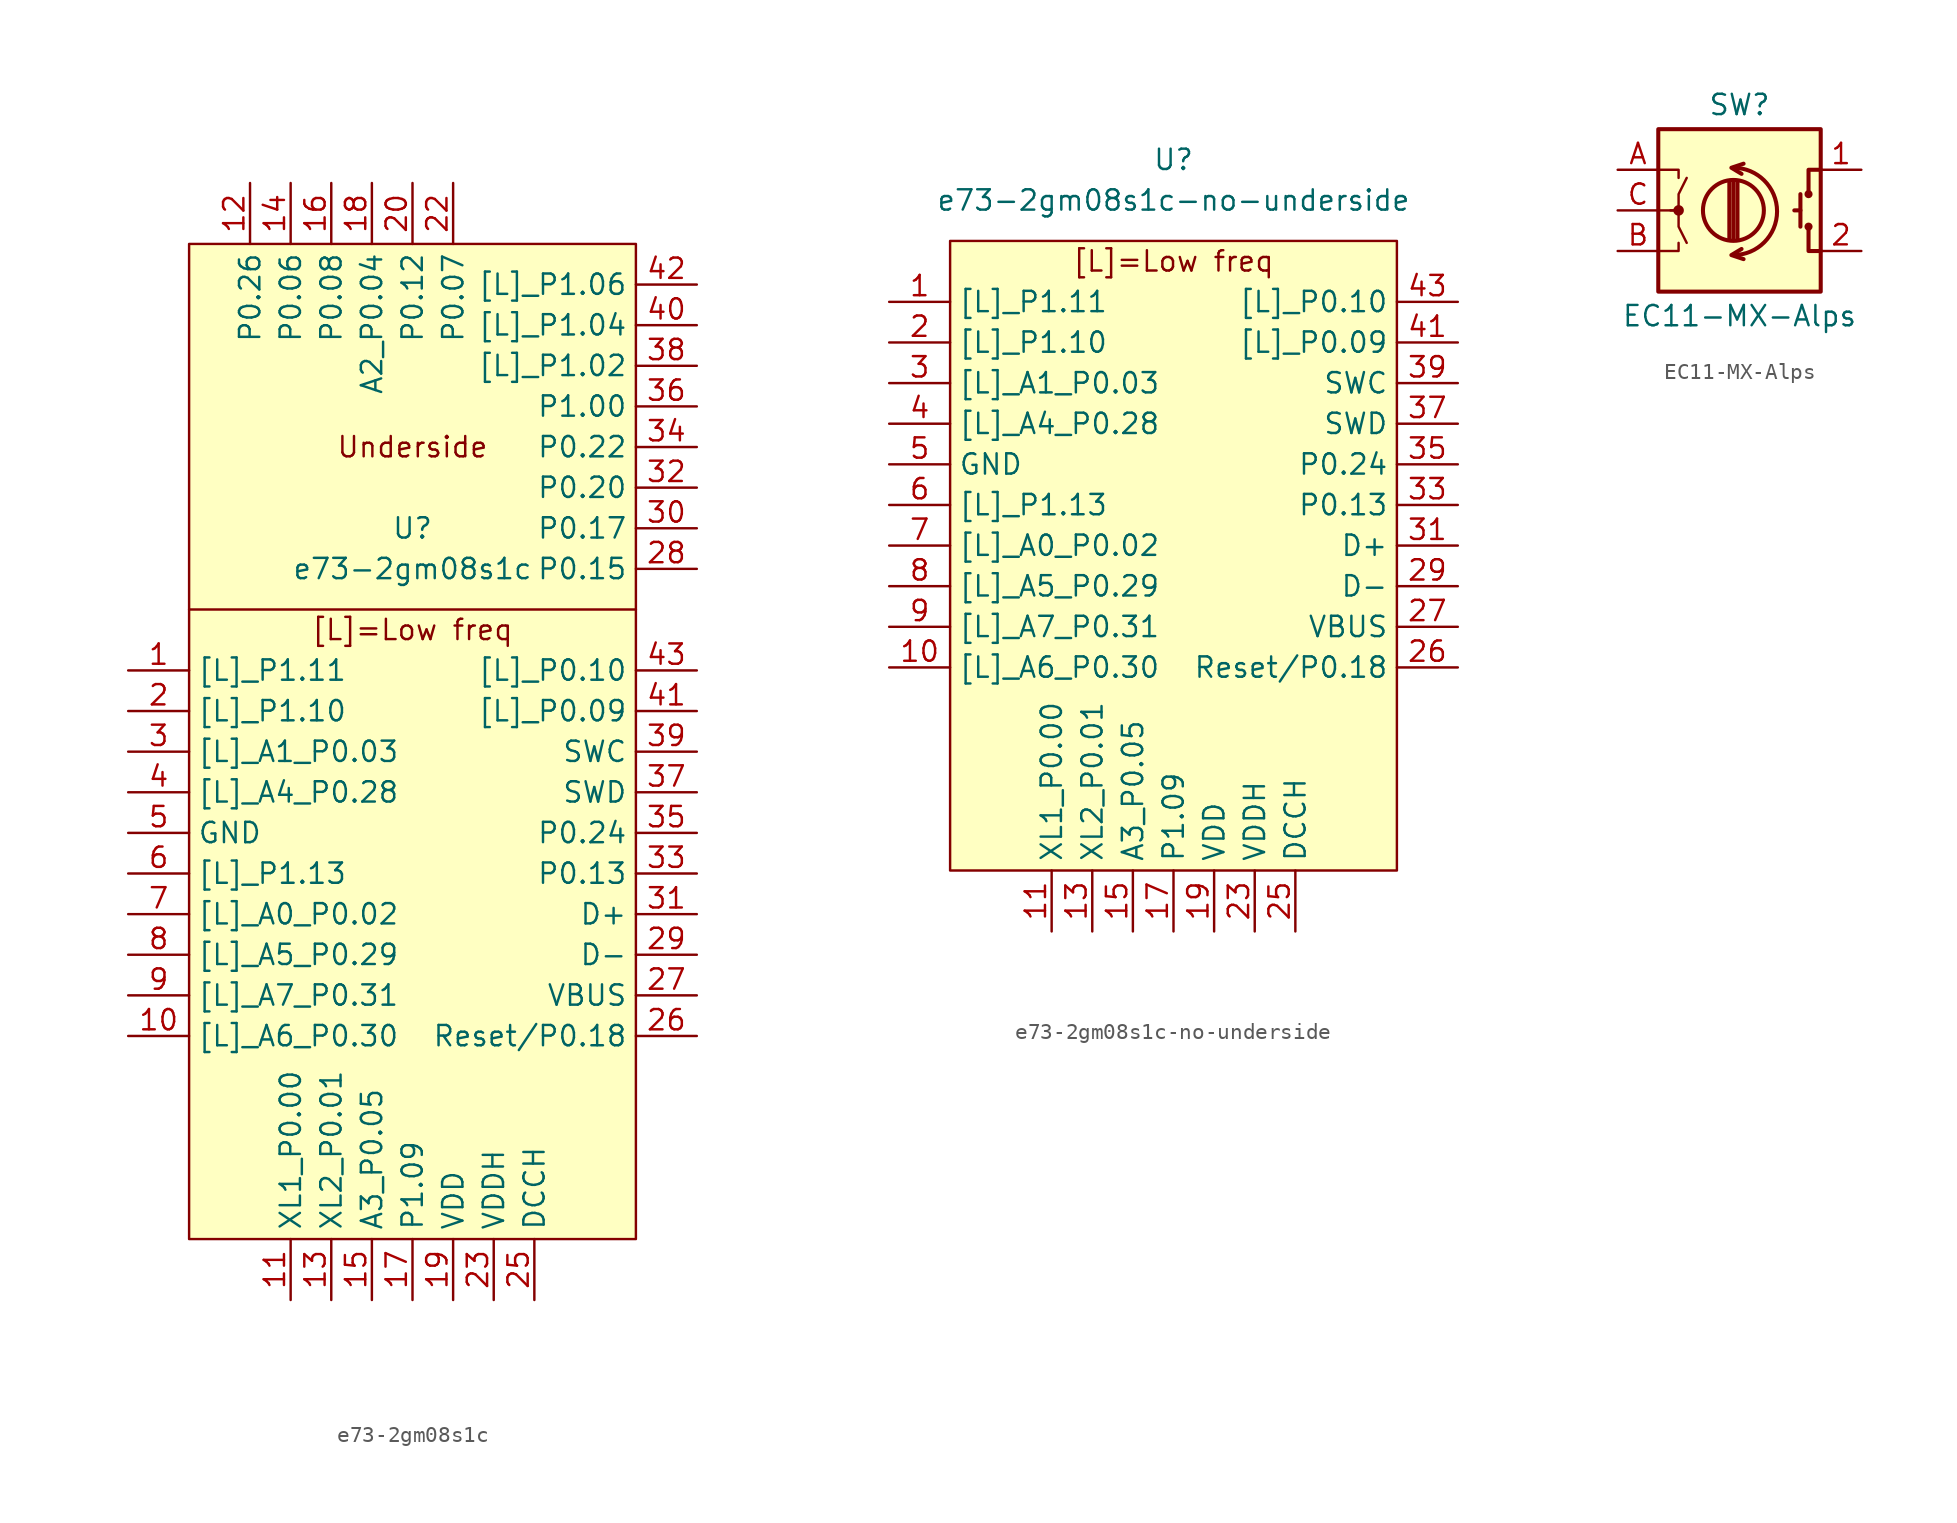
<source format=kicad_sym>
(kicad_symbol_lib
  (version 20220914)
  (generator kicad_symbol_editor)
  (symbol "e73-2gm08s1c"
    (property "Reference" "U"
      (at 0 5.08 0)
      (effects (font (size 1.27 1.27))))
    (property "Value" "e73-2gm08s1c"
      (at 0 2.54 0)
      (effects (font (size 1.27 1.27))))
    (symbol "e73-2gm08s1c_0_0"
      (text "[L]=Low freq" (at 0 -1.27 0) (effects (font (size 1.27 1.27))))
      (text "Underside" (at 0 10.16 0) (effects (font (size 1.27 1.27)))))
    (symbol "e73-2gm08s1c_0_1"
      (rectangle (start -13.97 22.86) (end 13.97 -39.37) (stroke (width 0) (type default)) (fill (type background)))
      (polyline (pts (xy -13.97 0) (xy 13.97 0)) (stroke (width 0) (type default)) (fill (type none))))
    (symbol "e73-2gm08s1c_1_1"
      (pin bidirectional line (at -17.78 -3.81 0) (length 3.81) (name "[L]_P1.11" (effects (font (size 1.27 1.27)))) (number "1" (effects (font (size 1.27 1.27)))))
      (pin bidirectional line (at -17.78 -26.67 0) (length 3.81) (name "[L]_A6_P0.30" (effects (font (size 1.27 1.27)))) (number "10" (effects (font (size 1.27 1.27)))))
      (pin input line (at -7.62 -43.18 90) (length 3.81) (name "XL1_P0.00" (effects (font (size 1.27 1.27)))) (number "11" (effects (font (size 1.27 1.27)))))
      (pin bidirectional line (at -10.16 26.67 270) (length 3.81) (name "P0.26" (effects (font (size 1.27 1.27)))) (number "12" (effects (font (size 1.27 1.27)))))
      (pin input line (at -5.08 -43.18 90) (length 3.81) (name "XL2_P0.01" (effects (font (size 1.27 1.27)))) (number "13" (effects (font (size 1.27 1.27)))))
      (pin bidirectional line (at -7.62 26.67 270) (length 3.81) (name "P0.06" (effects (font (size 1.27 1.27)))) (number "14" (effects (font (size 1.27 1.27)))))
      (pin bidirectional line (at -2.54 -43.18 90) (length 3.81) (name "A3_P0.05" (effects (font (size 1.27 1.27)))) (number "15" (effects (font (size 1.27 1.27)))))
      (pin bidirectional line (at -5.08 26.67 270) (length 3.81) (name "P0.08" (effects (font (size 1.27 1.27)))) (number "16" (effects (font (size 1.27 1.27)))))
      (pin bidirectional line (at 0 -43.18 90) (length 3.81) (name "P1.09" (effects (font (size 1.27 1.27)))) (number "17" (effects (font (size 1.27 1.27)))))
      (pin bidirectional line (at -2.54 26.67 270) (length 3.81) (name "A2_P0.04" (effects (font (size 1.27 1.27)))) (number "18" (effects (font (size 1.27 1.27)))))
      (pin power_in line (at 2.54 -43.18 90) (length 3.81) (name "VDD" (effects (font (size 1.27 1.27)))) (number "19" (effects (font (size 1.27 1.27)))))
      (pin bidirectional line (at -17.78 -6.35 0) (length 3.81) (name "[L]_P1.10" (effects (font (size 1.27 1.27)))) (number "2" (effects (font (size 1.27 1.27)))))
      (pin bidirectional line (at 0 26.67 270) (length 3.81) (name "P0.12" (effects (font (size 1.27 1.27)))) (number "20" (effects (font (size 1.27 1.27)))))
      (pin power_in line (at -17.78 -13.97 0) (length 3.81) hide (name "GND" (effects (font (size 1.27 1.27)))) (number "21" (effects (font (size 1.27 1.27)))))
      (pin bidirectional line (at 2.54 26.67 270) (length 3.81) (name "P0.07" (effects (font (size 1.27 1.27)))) (number "22" (effects (font (size 1.27 1.27)))))
      (pin bidirectional line (at 5.08 -43.18 90) (length 3.81) (name "VDDH" (effects (font (size 1.27 1.27)))) (number "23" (effects (font (size 1.27 1.27)))))
      (pin power_in line (at -17.78 -13.97 0) (length 3.81) hide (name "GND" (effects (font (size 1.27 1.27)))) (number "24" (effects (font (size 1.27 1.27)))))
      (pin bidirectional line (at 7.62 -43.18 90) (length 3.81) (name "DCCH" (effects (font (size 1.27 1.27)))) (number "25" (effects (font (size 1.27 1.27)))))
      (pin bidirectional line (at 17.78 -26.67 180) (length 3.81) (name "Reset/P0.18" (effects (font (size 1.27 1.27)))) (number "26" (effects (font (size 1.27 1.27)))))
      (pin power_in line (at 17.78 -24.13 180) (length 3.81) (name "VBUS" (effects (font (size 1.27 1.27)))) (number "27" (effects (font (size 1.27 1.27)))))
      (pin bidirectional line (at 17.78 2.54 180) (length 3.81) (name "P0.15" (effects (font (size 1.27 1.27)))) (number "28" (effects (font (size 1.27 1.27)))))
      (pin bidirectional line (at 17.78 -21.59 180) (length 3.81) (name "D-" (effects (font (size 1.27 1.27)))) (number "29" (effects (font (size 1.27 1.27)))))
      (pin bidirectional line (at -17.78 -8.89 0) (length 3.81) (name "[L]_A1_P0.03" (effects (font (size 1.27 1.27)))) (number "3" (effects (font (size 1.27 1.27)))))
      (pin bidirectional line (at 17.78 5.08 180) (length 3.81) (name "P0.17" (effects (font (size 1.27 1.27)))) (number "30" (effects (font (size 1.27 1.27)))))
      (pin bidirectional line (at 17.78 -19.05 180) (length 3.81) (name "D+" (effects (font (size 1.27 1.27)))) (number "31" (effects (font (size 1.27 1.27)))))
      (pin bidirectional line (at 17.78 7.62 180) (length 3.81) (name "P0.20" (effects (font (size 1.27 1.27)))) (number "32" (effects (font (size 1.27 1.27)))))
      (pin bidirectional line (at 17.78 -16.51 180) (length 3.81) (name "P0.13" (effects (font (size 1.27 1.27)))) (number "33" (effects (font (size 1.27 1.27)))))
      (pin bidirectional line (at 17.78 10.16 180) (length 3.81) (name "P0.22" (effects (font (size 1.27 1.27)))) (number "34" (effects (font (size 1.27 1.27)))))
      (pin bidirectional line (at 17.78 -13.97 180) (length 3.81) (name "P0.24" (effects (font (size 1.27 1.27)))) (number "35" (effects (font (size 1.27 1.27)))))
      (pin bidirectional line (at 17.78 12.7 180) (length 3.81) (name "P1.00" (effects (font (size 1.27 1.27)))) (number "36" (effects (font (size 1.27 1.27)))))
      (pin input line (at 17.78 -11.43 180) (length 3.81) (name "SWD" (effects (font (size 1.27 1.27)))) (number "37" (effects (font (size 1.27 1.27)))))
      (pin bidirectional line (at 17.78 15.24 180) (length 3.81) (name "[L]_P1.02" (effects (font (size 1.27 1.27)))) (number "38" (effects (font (size 1.27 1.27)))))
      (pin bidirectional line (at 17.78 -8.89 180) (length 3.81) (name "SWC" (effects (font (size 1.27 1.27)))) (number "39" (effects (font (size 1.27 1.27)))))
      (pin bidirectional line (at -17.78 -11.43 0) (length 3.81) (name "[L]_A4_P0.28" (effects (font (size 1.27 1.27)))) (number "4" (effects (font (size 1.27 1.27)))))
      (pin bidirectional line (at 17.78 17.78 180) (length 3.81) (name "[L]_P1.04" (effects (font (size 1.27 1.27)))) (number "40" (effects (font (size 1.27 1.27)))))
      (pin bidirectional line (at 17.78 -6.35 180) (length 3.81) (name "[L]_P0.09" (effects (font (size 1.27 1.27)))) (number "41" (effects (font (size 1.27 1.27)))))
      (pin bidirectional line (at 17.78 20.32 180) (length 3.81) (name "[L]_P1.06" (effects (font (size 1.27 1.27)))) (number "42" (effects (font (size 1.27 1.27)))))
      (pin bidirectional line (at 17.78 -3.81 180) (length 3.81) (name "[L]_P0.10" (effects (font (size 1.27 1.27)))) (number "43" (effects (font (size 1.27 1.27)))))
      (pin power_in line (at -17.78 -13.97 0) (length 3.81) (name "GND" (effects (font (size 1.27 1.27)))) (number "5" (effects (font (size 1.27 1.27)))))
      (pin bidirectional line (at -17.78 -16.51 0) (length 3.81) (name "[L]_P1.13" (effects (font (size 1.27 1.27)))) (number "6" (effects (font (size 1.27 1.27)))))
      (pin bidirectional line (at -17.78 -19.05 0) (length 3.81) (name "[L]_A0_P0.02" (effects (font (size 1.27 1.27)))) (number "7" (effects (font (size 1.27 1.27)))))
      (pin bidirectional line (at -17.78 -21.59 0) (length 3.81) (name "[L]_A5_P0.29" (effects (font (size 1.27 1.27)))) (number "8" (effects (font (size 1.27 1.27)))))
      (pin bidirectional line (at -17.78 -24.13 0) (length 3.81) (name "[L]_A7_P0.31" (effects (font (size 1.27 1.27)))) (number "9" (effects (font (size 1.27 1.27)))))))
  (symbol "e73-2gm08s1c-no-underside"
    (property "Reference" "U"
      (at 0 5.08 0)
      (effects (font (size 1.27 1.27))))
    (property "Value" "e73-2gm08s1c-no-underside"
      (at 0 2.54 0)
      (effects (font (size 1.27 1.27))))
    (symbol "e73-2gm08s1c-no-underside_0_0"
      (text "[L]=Low freq" (at 0 -1.27 0) (effects (font (size 1.27 1.27)))))
    (symbol "e73-2gm08s1c-no-underside_0_1"
      (rectangle (start -13.97 0) (end 13.97 -39.37) (stroke (width 0) (type default)) (fill (type background))))
    (symbol "e73-2gm08s1c-no-underside_1_1"
      (pin bidirectional line (at -17.78 -3.81 0) (length 3.81) (name "[L]_P1.11" (effects (font (size 1.27 1.27)))) (number "1" (effects (font (size 1.27 1.27)))))
      (pin bidirectional line (at -17.78 -26.67 0) (length 3.81) (name "[L]_A6_P0.30" (effects (font (size 1.27 1.27)))) (number "10" (effects (font (size 1.27 1.27)))))
      (pin input line (at -7.62 -43.18 90) (length 3.81) (name "XL1_P0.00" (effects (font (size 1.27 1.27)))) (number "11" (effects (font (size 1.27 1.27)))))
      (pin input line (at -5.08 -43.18 90) (length 3.81) (name "XL2_P0.01" (effects (font (size 1.27 1.27)))) (number "13" (effects (font (size 1.27 1.27)))))
      (pin bidirectional line (at -2.54 -43.18 90) (length 3.81) (name "A3_P0.05" (effects (font (size 1.27 1.27)))) (number "15" (effects (font (size 1.27 1.27)))))
      (pin bidirectional line (at 0 -43.18 90) (length 3.81) (name "P1.09" (effects (font (size 1.27 1.27)))) (number "17" (effects (font (size 1.27 1.27)))))
      (pin power_in line (at 2.54 -43.18 90) (length 3.81) (name "VDD" (effects (font (size 1.27 1.27)))) (number "19" (effects (font (size 1.27 1.27)))))
      (pin bidirectional line (at -17.78 -6.35 0) (length 3.81) (name "[L]_P1.10" (effects (font (size 1.27 1.27)))) (number "2" (effects (font (size 1.27 1.27)))))
      (pin power_in line (at -17.78 -13.97 0) (length 3.81) hide (name "GND" (effects (font (size 1.27 1.27)))) (number "21" (effects (font (size 1.27 1.27)))))
      (pin bidirectional line (at 5.08 -43.18 90) (length 3.81) (name "VDDH" (effects (font (size 1.27 1.27)))) (number "23" (effects (font (size 1.27 1.27)))))
      (pin power_in line (at -17.78 -13.97 0) (length 3.81) hide (name "GND" (effects (font (size 1.27 1.27)))) (number "24" (effects (font (size 1.27 1.27)))))
      (pin bidirectional line (at 7.62 -43.18 90) (length 3.81) (name "DCCH" (effects (font (size 1.27 1.27)))) (number "25" (effects (font (size 1.27 1.27)))))
      (pin bidirectional line (at 17.78 -26.67 180) (length 3.81) (name "Reset/P0.18" (effects (font (size 1.27 1.27)))) (number "26" (effects (font (size 1.27 1.27)))))
      (pin power_in line (at 17.78 -24.13 180) (length 3.81) (name "VBUS" (effects (font (size 1.27 1.27)))) (number "27" (effects (font (size 1.27 1.27)))))
      (pin bidirectional line (at 17.78 -21.59 180) (length 3.81) (name "D-" (effects (font (size 1.27 1.27)))) (number "29" (effects (font (size 1.27 1.27)))))
      (pin bidirectional line (at -17.78 -8.89 0) (length 3.81) (name "[L]_A1_P0.03" (effects (font (size 1.27 1.27)))) (number "3" (effects (font (size 1.27 1.27)))))
      (pin bidirectional line (at 17.78 -19.05 180) (length 3.81) (name "D+" (effects (font (size 1.27 1.27)))) (number "31" (effects (font (size 1.27 1.27)))))
      (pin bidirectional line (at 17.78 -16.51 180) (length 3.81) (name "P0.13" (effects (font (size 1.27 1.27)))) (number "33" (effects (font (size 1.27 1.27)))))
      (pin bidirectional line (at 17.78 -13.97 180) (length 3.81) (name "P0.24" (effects (font (size 1.27 1.27)))) (number "35" (effects (font (size 1.27 1.27)))))
      (pin input line (at 17.78 -11.43 180) (length 3.81) (name "SWD" (effects (font (size 1.27 1.27)))) (number "37" (effects (font (size 1.27 1.27)))))
      (pin bidirectional line (at 17.78 -8.89 180) (length 3.81) (name "SWC" (effects (font (size 1.27 1.27)))) (number "39" (effects (font (size 1.27 1.27)))))
      (pin bidirectional line (at -17.78 -11.43 0) (length 3.81) (name "[L]_A4_P0.28" (effects (font (size 1.27 1.27)))) (number "4" (effects (font (size 1.27 1.27)))))
      (pin bidirectional line (at 17.78 -6.35 180) (length 3.81) (name "[L]_P0.09" (effects (font (size 1.27 1.27)))) (number "41" (effects (font (size 1.27 1.27)))))
      (pin bidirectional line (at 17.78 -3.81 180) (length 3.81) (name "[L]_P0.10" (effects (font (size 1.27 1.27)))) (number "43" (effects (font (size 1.27 1.27)))))
      (pin power_in line (at -17.78 -13.97 0) (length 3.81) (name "GND" (effects (font (size 1.27 1.27)))) (number "5" (effects (font (size 1.27 1.27)))))
      (pin bidirectional line (at -17.78 -16.51 0) (length 3.81) (name "[L]_P1.13" (effects (font (size 1.27 1.27)))) (number "6" (effects (font (size 1.27 1.27)))))
      (pin bidirectional line (at -17.78 -19.05 0) (length 3.81) (name "[L]_A0_P0.02" (effects (font (size 1.27 1.27)))) (number "7" (effects (font (size 1.27 1.27)))))
      (pin bidirectional line (at -17.78 -21.59 0) (length 3.81) (name "[L]_A5_P0.29" (effects (font (size 1.27 1.27)))) (number "8" (effects (font (size 1.27 1.27)))))
      (pin bidirectional line (at -17.78 -24.13 0) (length 3.81) (name "[L]_A7_P0.31" (effects (font (size 1.27 1.27)))) (number "9" (effects (font (size 1.27 1.27)))))))
  (symbol "EC11-MX-Alps"
    (pin_names
      (offset 0.254) hide)
    (property "Reference" "SW"
      (at 0 6.604 0)
      (effects (font (size 1.27 1.27))))
    (property "Value" "EC11-MX-Alps"
      (at 0 -6.604 0)
      (effects (font (size 1.27 1.27))))
    (symbol "EC11-MX-Alps_0_1"
      (rectangle (start -5.08 5.08) (end 5.08 -5.08) (stroke (width 0.254) (type solid)) (fill (type background)))
      (circle (center -3.81 0) (radius 0.254) (stroke (width 0) (type solid)) (fill (type outline)))
      (arc (start -0.381 -2.794) (mid 2.3622 -0.0508) (end -0.381 2.667) (stroke (width 0.254) (type solid)) (fill (type none)))
      (circle (center -0.381 0) (radius 1.905) (stroke (width 0.254) (type solid)) (fill (type none)))
      (polyline (pts (xy -0.635 -1.778) (xy -0.635 1.778)) (stroke (width 0.254) (type solid)) (fill (type none)))
      (polyline (pts (xy -0.381 -1.778) (xy -0.381 1.778)) (stroke (width 0.254) (type solid)) (fill (type none)))
      (polyline (pts (xy -0.127 1.778) (xy -0.127 -1.778)) (stroke (width 0.254) (type solid)) (fill (type none)))
      (polyline (pts (xy 3.81 0) (xy 3.429 0)) (stroke (width 0.254) (type solid)) (fill (type none)))
      (polyline (pts (xy 3.81 1.016) (xy 3.81 -1.016)) (stroke (width 0.254) (type solid)) (fill (type none)))
      (polyline (pts (xy -5.08 -2.54) (xy -3.81 -2.54) (xy -3.81 -2.032)) (stroke (width 0) (type solid)) (fill (type none)))
      (polyline (pts (xy -5.08 2.54) (xy -3.81 2.54) (xy -3.81 2.032)) (stroke (width 0) (type solid)) (fill (type none)))
      (polyline (pts (xy 0.254 -3.048) (xy -0.508 -2.794) (xy 0.127 -2.413)) (stroke (width 0.254) (type solid)) (fill (type none)))
      (polyline (pts (xy 0.254 2.921) (xy -0.508 2.667) (xy 0.127 2.286)) (stroke (width 0.254) (type solid)) (fill (type none)))
      (polyline (pts (xy 5.08 -2.54) (xy 4.318 -2.54) (xy 4.318 -1.016)) (stroke (width 0.254) (type solid)) (fill (type none)))
      (polyline (pts (xy 5.08 2.54) (xy 4.318 2.54) (xy 4.318 1.016)) (stroke (width 0.254) (type solid)) (fill (type none)))
      (polyline (pts (xy -5.08 0) (xy -3.81 0) (xy -3.81 -1.016) (xy -3.302 -2.032)) (stroke (width 0) (type solid)) (fill (type none)))
      (polyline (pts (xy -4.318 0) (xy -3.81 0) (xy -3.81 1.016) (xy -3.302 2.032)) (stroke (width 0) (type solid)) (fill (type none)))
      (circle (center 4.318 -1.016) (radius 0.127) (stroke (width 0.254) (type solid)) (fill (type none)))
      (circle (center 4.318 1.016) (radius 0.127) (stroke (width 0.254) (type solid)) (fill (type none))))
    (symbol "EC11-MX-Alps_1_1"
      (pin passive line (at 7.62 2.54 180) (length 2.54) (name "1" (effects (font (size 1.27 1.27)))) (number "1" (effects (font (size 1.27 1.27)))))
      (pin passive line (at 7.62 -2.54 180) (length 2.54) (name "2" (effects (font (size 1.27 1.27)))) (number "2" (effects (font (size 1.27 1.27)))))
      (pin passive line (at -7.62 2.54 0) (length 2.54) (name "A" (effects (font (size 1.27 1.27)))) (number "A" (effects (font (size 1.27 1.27)))))
      (pin passive line (at -7.62 -2.54 0) (length 2.54) (name "B" (effects (font (size 1.27 1.27)))) (number "B" (effects (font (size 1.27 1.27)))))
      (pin passive line (at -7.62 0 0) (length 2.54) (name "C" (effects (font (size 1.27 1.27)))) (number "C" (effects (font (size 1.27 1.27))))))))
</source>
